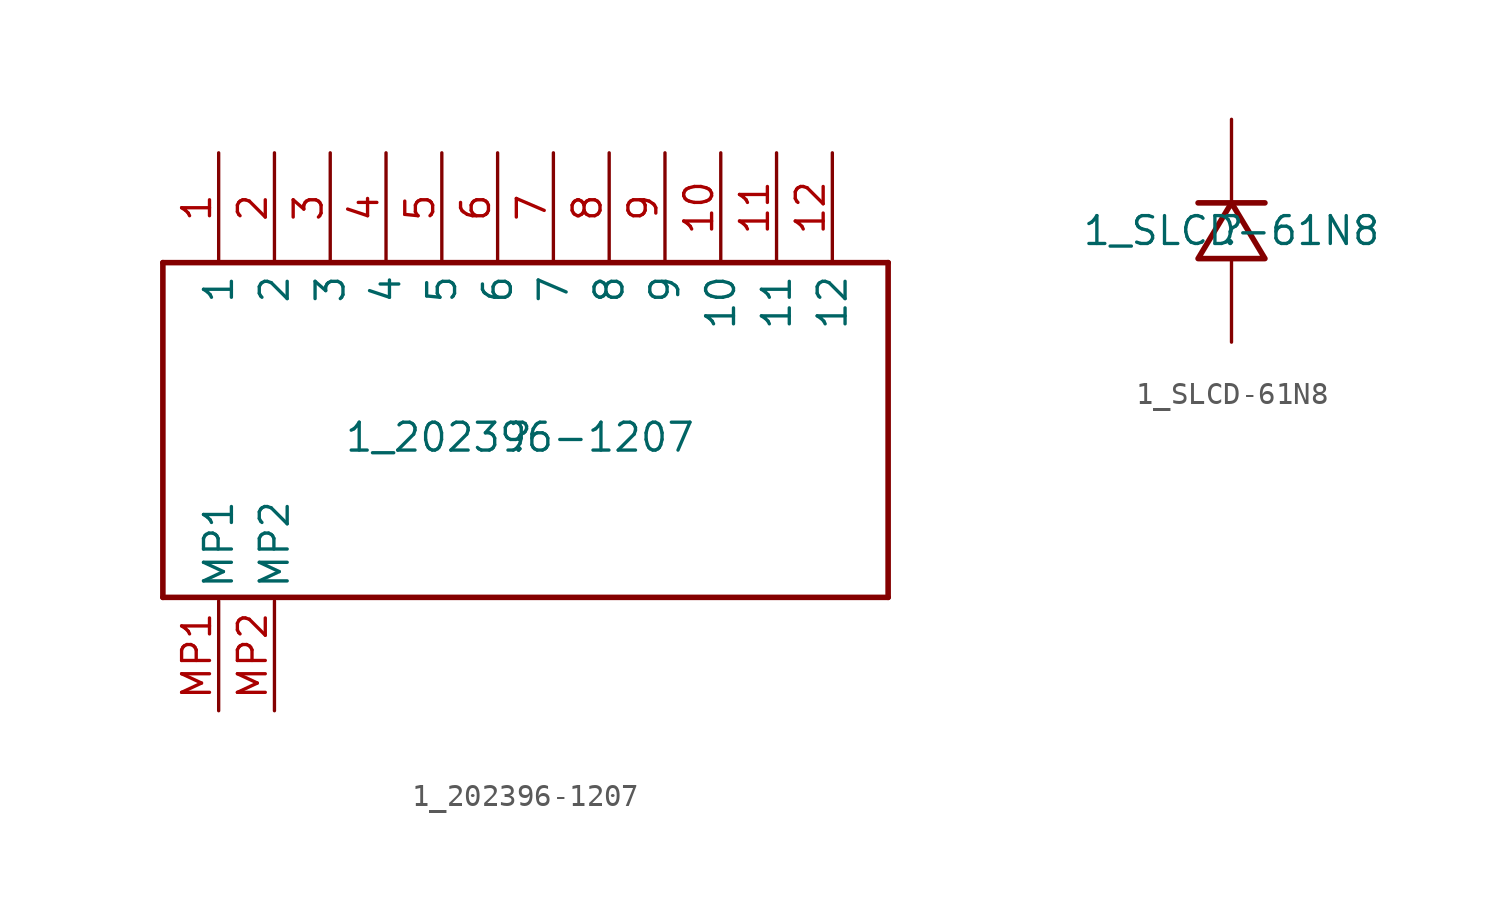
<source format=kicad_sym>
(kicad_symbol_lib
  (version 20211014)
  (generator kicad_symbol_editor)
  (symbol "1_202396-1207"
    (property "Reference" ""
      (at 0 0 0)
      (effects (font (size 1.27 1.27))))
    (property "Value" "1_202396-1207"
      (at 0 0 0)
      (effects (font (size 1.27 1.27))))
    (symbol "1_202396-1207_1_0"
      (polyline (pts (xy -16.256 -7.285) (xy -16.256 7.955)) (stroke (width 0.254) (type default) (color 0 0 0 0)) (fill (type none)))
      (polyline (pts (xy -16.256 -7.285) (xy 16.764 -7.285)) (stroke (width 0.254) (type default) (color 0 0 0 0)) (fill (type none)))
      (polyline (pts (xy 16.764 7.955) (xy -16.256 7.955)) (stroke (width 0.254) (type default) (color 0 0 0 0)) (fill (type none)))
      (polyline (pts (xy 16.764 7.955) (xy 16.764 -7.285)) (stroke (width 0.254) (type default) (color 0 0 0 0)) (fill (type none)))
      (pin passive line (at -13.716 12.954 270) (length 5) (name "1" (effects (font (size 1.27 1.27)))) (number "1" (effects (font (size 1.27 1.27)))))
      (pin passive line (at 9.144 12.954 270) (length 5) (name "10" (effects (font (size 1.27 1.27)))) (number "10" (effects (font (size 1.27 1.27)))))
      (pin passive line (at 11.684 12.954 270) (length 5) (name "11" (effects (font (size 1.27 1.27)))) (number "11" (effects (font (size 1.27 1.27)))))
      (pin passive line (at 14.224 12.954 270) (length 5) (name "12" (effects (font (size 1.27 1.27)))) (number "12" (effects (font (size 1.27 1.27)))))
      (pin passive line (at -11.176 12.954 270) (length 5) (name "2" (effects (font (size 1.27 1.27)))) (number "2" (effects (font (size 1.27 1.27)))))
      (pin passive line (at -8.636 12.954 270) (length 5) (name "3" (effects (font (size 1.27 1.27)))) (number "3" (effects (font (size 1.27 1.27)))))
      (pin passive line (at -6.096 12.954 270) (length 5) (name "4" (effects (font (size 1.27 1.27)))) (number "4" (effects (font (size 1.27 1.27)))))
      (pin passive line (at -3.556 12.954 270) (length 5) (name "5" (effects (font (size 1.27 1.27)))) (number "5" (effects (font (size 1.27 1.27)))))
      (pin passive line (at -1.016 12.954 270) (length 5) (name "6" (effects (font (size 1.27 1.27)))) (number "6" (effects (font (size 1.27 1.27)))))
      (pin passive line (at 1.524 12.954 270) (length 5) (name "7" (effects (font (size 1.27 1.27)))) (number "7" (effects (font (size 1.27 1.27)))))
      (pin passive line (at 4.064 12.954 270) (length 5) (name "8" (effects (font (size 1.27 1.27)))) (number "8" (effects (font (size 1.27 1.27)))))
      (pin passive line (at 6.604 12.954 270) (length 5) (name "9" (effects (font (size 1.27 1.27)))) (number "9" (effects (font (size 1.27 1.27)))))
      (pin passive line (at -13.716 -12.446 90) (length 5) (name "MP1" (effects (font (size 1.27 1.27)))) (number "MP1" (effects (font (size 1.27 1.27)))))
      (pin passive line (at -11.176 -12.446 90) (length 5) (name "MP2" (effects (font (size 1.27 1.27)))) (number "MP2" (effects (font (size 1.27 1.27)))))))
  (symbol "1_SLCD-61N8"
    (property "Reference" ""
      (at 0 0 0)
      (effects (font (size 1.27 1.27))))
    (property "Value" "1_SLCD-61N8"
      (at 0 0 0)
      (effects (font (size 1.27 1.27))))
    (symbol "1_SLCD-61N8_1_0"
      (polyline (pts (xy -1.524 1.27) (xy 1.524 1.27)) (stroke (width 0.254) (type default) (color 0 0 0 0)) (fill (type none)))
      (polyline (pts (xy 1.524 -1.27) (xy 0 1.27) (xy 0 1.27) (xy -1.524 -1.27) (xy -1.524 -1.27) (xy 1.524 -1.27)) (stroke (width 0.254) (type default) (color 0 0 0 0)) (fill (type none)))
      (pin passive line (at 0 5.08 270) (length 3.81) (name "1" (effects (font (size 0 0)))) (number "1" (effects (font (size 0 0)))))
      (pin passive line (at 0 -5.08 90) (length 3.81) (name "2" (effects (font (size 0 0)))) (number "2" (effects (font (size 0 0))))))))
</source>
